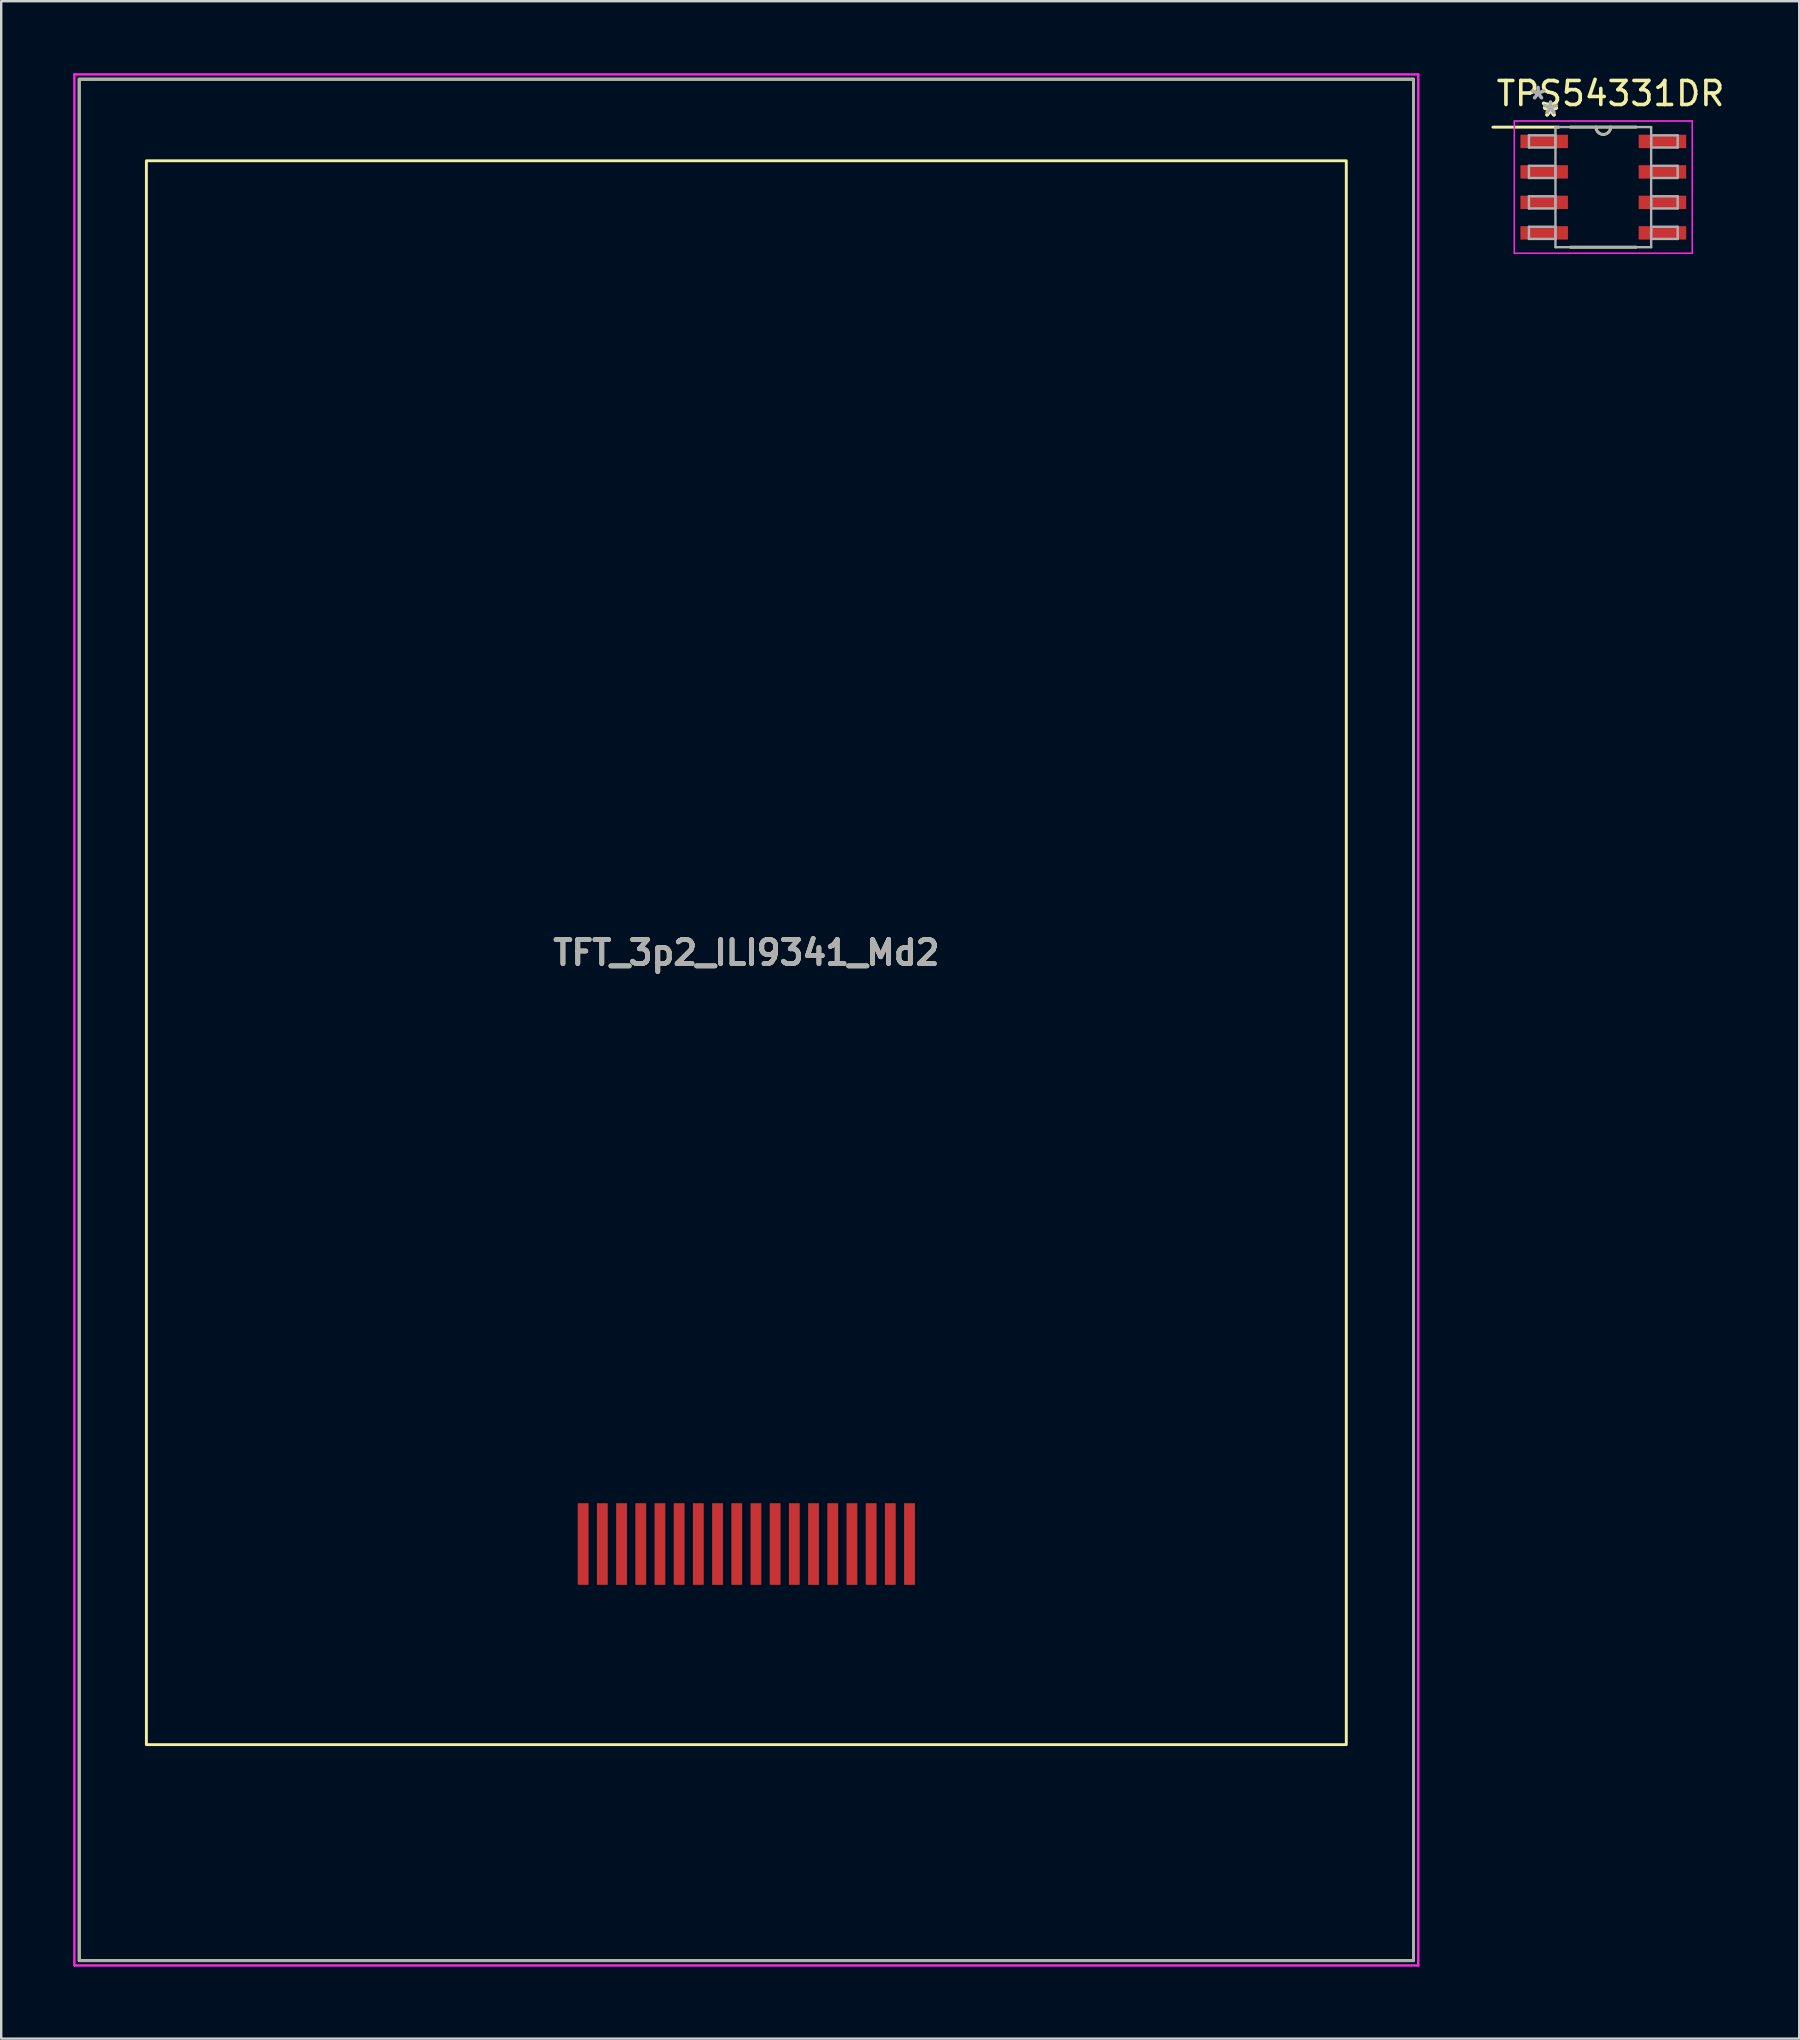
<source format=kicad_pcb>
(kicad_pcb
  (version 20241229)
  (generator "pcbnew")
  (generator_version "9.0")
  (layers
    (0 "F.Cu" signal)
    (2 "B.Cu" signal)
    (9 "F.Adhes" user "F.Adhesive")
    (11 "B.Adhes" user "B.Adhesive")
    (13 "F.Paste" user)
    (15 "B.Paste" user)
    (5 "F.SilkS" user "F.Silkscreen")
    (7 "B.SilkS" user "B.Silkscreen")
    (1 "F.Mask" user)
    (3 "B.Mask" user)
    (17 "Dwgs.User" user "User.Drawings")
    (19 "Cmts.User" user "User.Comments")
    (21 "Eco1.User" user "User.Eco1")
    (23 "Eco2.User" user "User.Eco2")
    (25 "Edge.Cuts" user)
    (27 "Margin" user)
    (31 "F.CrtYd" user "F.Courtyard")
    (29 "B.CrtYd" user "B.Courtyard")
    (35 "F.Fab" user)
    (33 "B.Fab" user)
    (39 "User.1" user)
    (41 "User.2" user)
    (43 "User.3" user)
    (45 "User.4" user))
  (footprint "TPS54331DR"
    (layer "F.Cu")
    (at 63.76 4.748)
    (property "Reference" "TPS54331DR" (at 0.3 -3.9 0) (layer "F.SilkS") (effects (font (size 1 1) (thickness 0.15))))
    (attr through_hole)
    (fp_line (start -1.853 -2.5) (end -4.6 -2.5) (stroke (width 0.12) (type solid)) (layer "F.SilkS"))
    (fp_line (start -1.374 2.502) (end 1.374 2.502) (stroke (width 0.12) (type solid)) (layer "F.SilkS"))
    (fp_line (start 1.374 -2.502) (end -1.374 -2.502) (stroke (width 0.12) (type solid)) (layer "F.SilkS"))
    (fp_arc (start 0.3048 -2.5019) (mid 0 -2.1971) (end -0.3048 -2.5019) (stroke (width 0.12) (type solid)) (layer "F.SilkS"))
    (fp_line (start -3.708 -2.756) (end 3.708 -2.756) (stroke (width 0.05) (type solid)) (layer "F.CrtYd"))
    (fp_line (start -3.708 -2.756) (end 3.708 -2.756) (stroke (width 0.05) (type solid)) (layer "F.CrtYd"))
    (fp_line (start -3.708 2.756) (end -3.708 -2.756) (stroke (width 0.05) (type solid)) (layer "F.CrtYd"))
    (fp_line (start -3.708 2.756) (end -3.708 -2.756) (stroke (width 0.05) (type solid)) (layer "F.CrtYd"))
    (fp_line (start 3.708 -2.756) (end 3.708 2.756) (stroke (width 0.05) (type solid)) (layer "F.CrtYd"))
    (fp_line (start 3.708 -2.756) (end 3.708 2.756) (stroke (width 0.05) (type solid)) (layer "F.CrtYd"))
    (fp_line (start 3.708 2.756) (end -3.708 2.756) (stroke (width 0.05) (type solid)) (layer "F.CrtYd"))
    (fp_line (start 3.708 2.756) (end -3.708 2.756) (stroke (width 0.05) (type solid)) (layer "F.CrtYd"))
    (fp_line (start -3.099 -2.159) (end -3.099 -1.651) (stroke (width 0.1) (type solid)) (layer "F.Fab"))
    (fp_line (start -3.099 -1.651) (end -1.994 -1.651) (stroke (width 0.1) (type solid)) (layer "F.Fab"))
    (fp_line (start -3.099 -0.889) (end -3.099 -0.381) (stroke (width 0.1) (type solid)) (layer "F.Fab"))
    (fp_line (start -3.099 -0.381) (end -1.994 -0.381) (stroke (width 0.1) (type solid)) (layer "F.Fab"))
    (fp_line (start -3.099 0.381) (end -3.099 0.889) (stroke (width 0.1) (type solid)) (layer "F.Fab"))
    (fp_line (start -3.099 0.889) (end -1.994 0.889) (stroke (width 0.1) (type solid)) (layer "F.Fab"))
    (fp_line (start -3.099 1.651) (end -3.099 2.159) (stroke (width 0.1) (type solid)) (layer "F.Fab"))
    (fp_line (start -3.099 2.159) (end -1.994 2.159) (stroke (width 0.1) (type solid)) (layer "F.Fab"))
    (fp_line (start -1.994 -2.502) (end -1.994 2.502) (stroke (width 0.1) (type solid)) (layer "F.Fab"))
    (fp_line (start -1.994 -2.159) (end -3.099 -2.159) (stroke (width 0.1) (type solid)) (layer "F.Fab"))
    (fp_line (start -1.994 -1.651) (end -1.994 -2.159) (stroke (width 0.1) (type solid)) (layer "F.Fab"))
    (fp_line (start -1.994 -0.889) (end -3.099 -0.889) (stroke (width 0.1) (type solid)) (layer "F.Fab"))
    (fp_line (start -1.994 -0.381) (end -1.994 -0.889) (stroke (width 0.1) (type solid)) (layer "F.Fab"))
    (fp_line (start -1.994 0.381) (end -3.099 0.381) (stroke (width 0.1) (type solid)) (layer "F.Fab"))
    (fp_line (start -1.994 0.889) (end -1.994 0.381) (stroke (width 0.1) (type solid)) (layer "F.Fab"))
    (fp_line (start -1.994 1.651) (end -3.099 1.651) (stroke (width 0.1) (type solid)) (layer "F.Fab"))
    (fp_line (start -1.994 2.159) (end -1.994 1.651) (stroke (width 0.1) (type solid)) (layer "F.Fab"))
    (fp_line (start -1.994 2.502) (end 1.994 2.502) (stroke (width 0.1) (type solid)) (layer "F.Fab"))
    (fp_line (start 1.994 -2.502) (end -1.994 -2.502) (stroke (width 0.1) (type solid)) (layer "F.Fab"))
    (fp_line (start 1.994 -2.159) (end 1.994 -1.651) (stroke (width 0.1) (type solid)) (layer "F.Fab"))
    (fp_line (start 1.994 -1.651) (end 3.099 -1.651) (stroke (width 0.1) (type solid)) (layer "F.Fab"))
    (fp_line (start 1.994 -0.889) (end 1.994 -0.381) (stroke (width 0.1) (type solid)) (layer "F.Fab"))
    (fp_line (start 1.994 -0.381) (end 3.099 -0.381) (stroke (width 0.1) (type solid)) (layer "F.Fab"))
    (fp_line (start 1.994 0.381) (end 1.994 0.889) (stroke (width 0.1) (type solid)) (layer "F.Fab"))
    (fp_line (start 1.994 0.889) (end 3.099 0.889) (stroke (width 0.1) (type solid)) (layer "F.Fab"))
    (fp_line (start 1.994 1.651) (end 1.994 2.159) (stroke (width 0.1) (type solid)) (layer "F.Fab"))
    (fp_line (start 1.994 2.159) (end 3.099 2.159) (stroke (width 0.1) (type solid)) (layer "F.Fab"))
    (fp_line (start 1.994 2.502) (end 1.994 -2.502) (stroke (width 0.1) (type solid)) (layer "F.Fab"))
    (fp_line (start 3.099 -2.159) (end 1.994 -2.159) (stroke (width 0.1) (type solid)) (layer "F.Fab"))
    (fp_line (start 3.099 -1.651) (end 3.099 -2.159) (stroke (width 0.1) (type solid)) (layer "F.Fab"))
    (fp_line (start 3.099 -0.889) (end 1.994 -0.889) (stroke (width 0.1) (type solid)) (layer "F.Fab"))
    (fp_line (start 3.099 -0.381) (end 3.099 -0.889) (stroke (width 0.1) (type solid)) (layer "F.Fab"))
    (fp_line (start 3.099 0.381) (end 1.994 0.381) (stroke (width 0.1) (type solid)) (layer "F.Fab"))
    (fp_line (start 3.099 0.889) (end 3.099 0.381) (stroke (width 0.1) (type solid)) (layer "F.Fab"))
    (fp_line (start 3.099 1.651) (end 1.994 1.651) (stroke (width 0.1) (type solid)) (layer "F.Fab"))
    (fp_line (start 3.099 2.159) (end 3.099 1.651) (stroke (width 0.1) (type solid)) (layer "F.Fab"))
    (fp_arc (start 0.3048 -2.5019) (mid 0 -2.1971) (end -0.3048 -2.5019) (stroke (width 0.1) (type solid)) (layer "F.Fab"))
    (fp_text user "*" (at -2.2 -2.9 0) (layer "F.SilkS") (effects (font (size 1 1) (thickness 0.15))))
    (fp_text user "*" (at -2.2 -2.9 0) (layer "F.SilkS") (effects (font (size 1 1) (thickness 0.15))))
    (fp_text user "*" (at -2.2 -3 0) (layer "F.Fab") (effects (font (size 1 1) (thickness 0.15))))
    (fp_text user "*" (at -2.718 -3.607 0) (layer "F.Fab") (effects (font (size 1 1) (thickness 0.15))))
    (pad "1" smd rect (at -2.464 -1.905) (size 1.981 0.559) (layers "F.Cu" "F.Mask" "F.Paste"))
    (pad "2" smd rect (at -2.464 -0.635) (size 1.981 0.559) (layers "F.Cu" "F.Mask" "F.Paste"))
    (pad "3" smd rect (at -2.464 0.635) (size 1.981 0.559) (layers "F.Cu" "F.Mask" "F.Paste"))
    (pad "4" smd rect (at -2.464 1.905) (size 1.981 0.559) (layers "F.Cu" "F.Mask" "F.Paste"))
    (pad "5" smd rect (at 2.464 1.905) (size 1.981 0.559) (layers "F.Cu" "F.Mask" "F.Paste"))
    (pad "6" smd rect (at 2.464 0.635) (size 1.981 0.559) (layers "F.Cu" "F.Mask" "F.Paste"))
    (pad "7" smd rect (at 2.464 -0.635) (size 1.981 0.559) (layers "F.Cu" "F.Mask" "F.Paste"))
    (pad "8" smd rect (at 2.464 -1.905) (size 1.981 0.559) (layers "F.Cu" "F.Mask" "F.Paste")))
  (footprint "TFT_3p2_ILI9341_Md2"
    (layer "F.Cu")
    (at 28.05 36.65)
    (property "Reference" "TFT_3p2_ILI9341_Md2" (at 0 0 0) (layer "F.SilkS") (effects (font (size 1 1) (thickness 0.2))))
    (attr smd)
    (fp_rect (start -27.8 -36.4) (end 27.8 42) (stroke (width 0.12) (type solid)) (fill no) (layer "F.SilkS"))
    (fp_rect (start -25 -33) (end 25 33) (stroke (width 0.12) (type solid)) (fill no) (layer "F.SilkS"))
    (fp_line (start -28 -36.6) (end -28 42.2) (stroke (width 0.1) (type solid)) (layer "F.CrtYd"))
    (fp_line (start -28 -36.6) (end 28 -36.6) (stroke (width 0.1) (type solid)) (layer "F.CrtYd"))
    (fp_line (start -28 42.2) (end 28 42.2) (stroke (width 0.1) (type solid)) (layer "F.CrtYd"))
    (fp_line (start 28 -36.6) (end 28 42.2) (stroke (width 0.1) (type solid)) (layer "F.CrtYd"))
    (fp_line (start -27.8 -36.4) (end -27.8 42) (stroke (width 0.12) (type solid)) (layer "F.Fab"))
    (fp_line (start -27.8 -36.4) (end 27.8 -36.4) (stroke (width 0.12) (type solid)) (layer "F.Fab"))
    (fp_line (start 27.8 42) (end -27.8 42) (stroke (width 0.12) (type solid)) (layer "F.Fab"))
    (fp_line (start 27.8 42) (end 27.8 -36.4) (stroke (width 0.12) (type solid)) (layer "F.Fab"))
    (fp_text user "${REFERENCE}" (at 0 0 0) (layer "F.Fab") (effects (font (size 1 1) (thickness 0.2))))
    (pad "1" smd rect (at -6.8 24.64 180) (size 0.45 3.4) (layers "F.Cu" "F.Mask" "F.Paste"))
    (pad "2" smd rect (at -6 24.64 180) (size 0.45 3.4) (layers "F.Cu" "F.Mask" "F.Paste"))
    (pad "3" smd rect (at -5.2 24.64 180) (size 0.45 3.4) (layers "F.Cu" "F.Mask" "F.Paste"))
    (pad "4" smd rect (at -4.4 24.64 180) (size 0.45 3.4) (layers "F.Cu" "F.Mask" "F.Paste"))
    (pad "5" smd rect (at -3.6 24.64 180) (size 0.45 3.4) (layers "F.Cu" "F.Mask" "F.Paste"))
    (pad "6" smd rect (at -2.8 24.64 180) (size 0.45 3.4) (layers "F.Cu" "F.Mask" "F.Paste"))
    (pad "7" smd rect (at -2 24.64 180) (size 0.45 3.4) (layers "F.Cu" "F.Mask" "F.Paste"))
    (pad "8" smd rect (at -1.2 24.64 180) (size 0.45 3.4) (layers "F.Cu" "F.Mask" "F.Paste"))
    (pad "9" smd rect (at -0.4 24.64 180) (size 0.45 3.4) (layers "F.Cu" "F.Mask" "F.Paste"))
    (pad "10" smd rect (at 0.4 24.64 180) (size 0.45 3.4) (layers "F.Cu" "F.Mask" "F.Paste"))
    (pad "11" smd rect (at 1.2 24.64 180) (size 0.45 3.4) (layers "F.Cu" "F.Mask" "F.Paste"))
    (pad "12" smd rect (at 2 24.64 180) (size 0.45 3.4) (layers "F.Cu" "F.Mask" "F.Paste"))
    (pad "13" smd rect (at 2.8 24.64 180) (size 0.45 3.4) (layers "F.Cu" "F.Mask" "F.Paste"))
    (pad "14" smd rect (at 3.6 24.64 180) (size 0.45 3.4) (layers "F.Cu" "F.Mask" "F.Paste"))
    (pad "15" smd rect (at 4.4 24.64 180) (size 0.45 3.4) (layers "F.Cu" "F.Mask" "F.Paste"))
    (pad "16" smd rect (at 5.2 24.64 180) (size 0.45 3.4) (layers "F.Cu" "F.Mask" "F.Paste"))
    (pad "17" smd rect (at 6 24.64 180) (size 0.45 3.4) (layers "F.Cu" "F.Mask" "F.Paste"))
    (pad "18" smd rect (at 6.8 24.64 180) (size 0.45 3.4) (layers "F.Cu" "F.Mask" "F.Paste")))
  (gr_rect
    (start -3 -3)
    (end 71.923 81.9)
    (stroke (width 0.1) (type default))
    (fill no)
    (layer "Edge.Cuts")))
</source>
